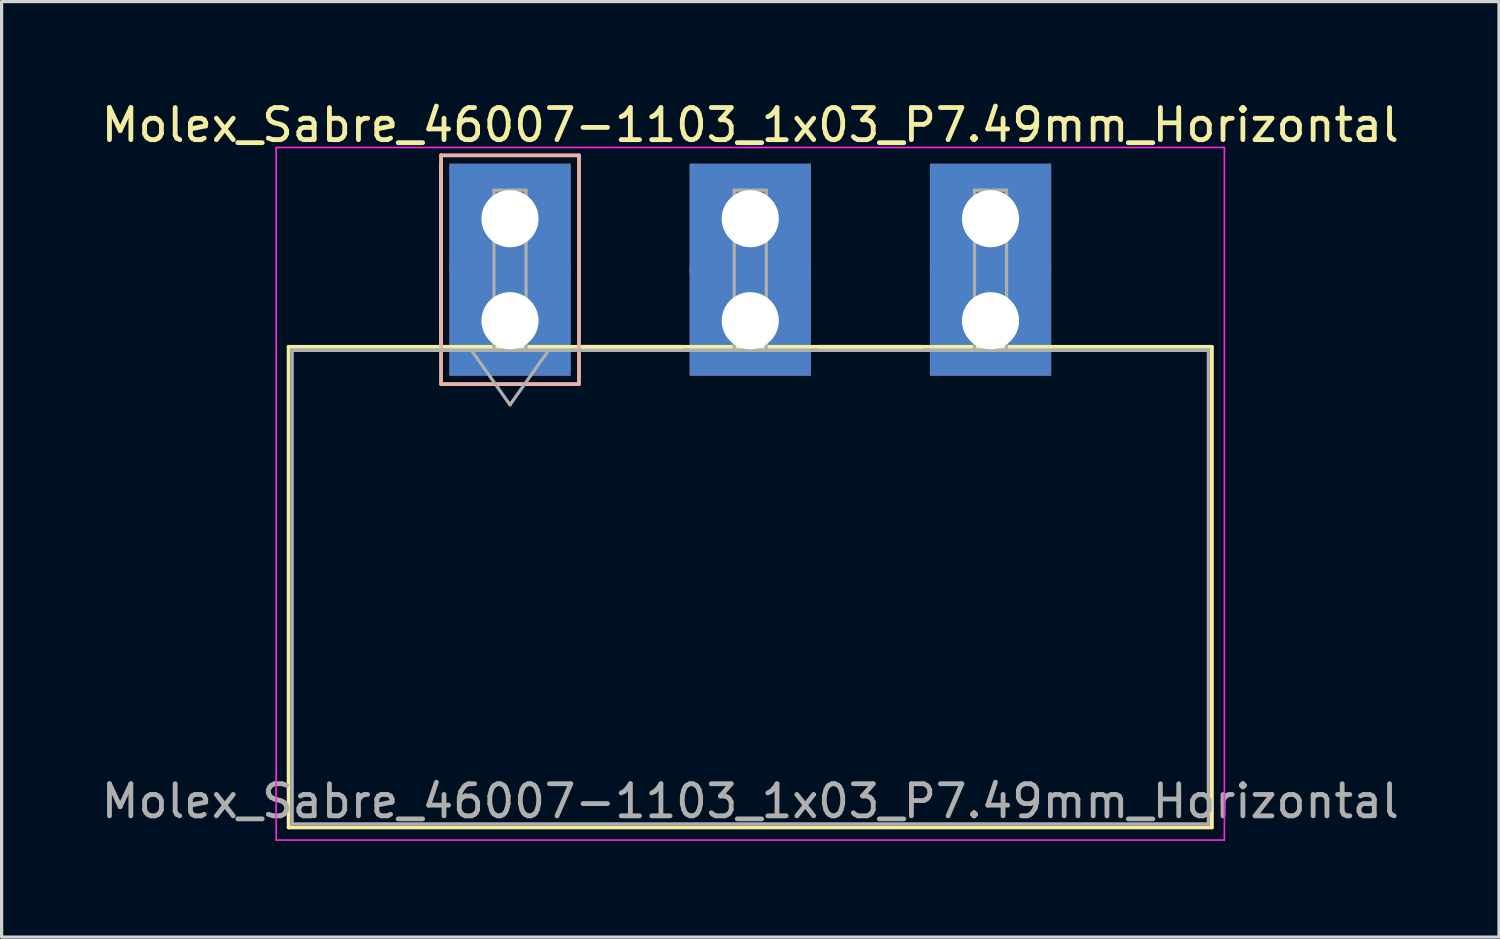
<source format=kicad_pcb>
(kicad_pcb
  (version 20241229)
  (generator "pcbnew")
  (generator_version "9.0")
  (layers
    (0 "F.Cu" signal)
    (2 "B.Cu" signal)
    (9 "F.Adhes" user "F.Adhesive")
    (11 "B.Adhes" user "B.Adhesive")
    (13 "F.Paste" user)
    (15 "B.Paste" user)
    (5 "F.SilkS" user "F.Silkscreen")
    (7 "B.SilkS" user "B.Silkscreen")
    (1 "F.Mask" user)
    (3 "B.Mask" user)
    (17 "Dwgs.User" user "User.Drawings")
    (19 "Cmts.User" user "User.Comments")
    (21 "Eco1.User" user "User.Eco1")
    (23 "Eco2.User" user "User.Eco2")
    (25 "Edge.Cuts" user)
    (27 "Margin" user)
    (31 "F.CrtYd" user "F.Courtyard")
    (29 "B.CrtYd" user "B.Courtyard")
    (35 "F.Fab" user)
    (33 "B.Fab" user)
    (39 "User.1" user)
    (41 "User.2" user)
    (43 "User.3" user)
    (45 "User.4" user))
  (footprint "Molex_Sabre_46007-1103_1x03_P7.49mm_Horizontal"
    (layer "F.Cu")
    (at 12.849 6.948)
    (property "Reference" "Molex_Sabre_46007-1103_1x03_P7.49mm_Horizontal" (at 7.49 -6.1 0) (layer "F.SilkS") (effects (font (size 1 1) (thickness 0.15))))
    (attr through_hole)
    (fp_line (start -6.9 0.815) (end -6.9 15.795) (stroke (width 0.12) (type solid)) (layer "F.SilkS"))
    (fp_line (start -6.9 15.795) (end 21.88 15.795) (stroke (width 0.12) (type solid)) (layer "F.SilkS"))
    (fp_line (start -2.15 0.815) (end -2.15 -4.895) (stroke (width 0.12) (type solid)) (layer "F.SilkS"))
    (fp_line (start 2.15 0.815) (end 5.34 0.815) (stroke (width 0.12) (type solid)) (layer "F.SilkS"))
    (fp_line (start 9.64 0.815) (end 12.83 0.815) (stroke (width 0.12) (type solid)) (layer "F.SilkS"))
    (fp_line (start 21.88 0.815) (end -6.9 0.815) (stroke (width 0.12) (type solid)) (layer "F.SilkS"))
    (fp_line (start 21.88 15.795) (end 21.88 0.815) (stroke (width 0.12) (type solid)) (layer "F.SilkS"))
    (fp_line (start -2.15 -5.155) (end -2.15 1.975) (stroke (width 0.12) (type solid)) (layer "B.SilkS"))
    (fp_line (start -2.15 1.975) (end 2.15 1.975) (stroke (width 0.12) (type solid)) (layer "B.SilkS"))
    (fp_line (start 2.15 -5.155) (end -2.15 -5.155) (stroke (width 0.12) (type solid)) (layer "B.SilkS"))
    (fp_line (start 2.15 1.975) (end 2.15 -5.155) (stroke (width 0.12) (type solid)) (layer "B.SilkS"))
    (fp_line (start -7.29 -5.4) (end -7.29 16.19) (stroke (width 0.05) (type solid)) (layer "F.CrtYd"))
    (fp_line (start -7.29 16.19) (end 22.27 16.19) (stroke (width 0.05) (type solid)) (layer "F.CrtYd"))
    (fp_line (start 22.27 -5.4) (end -7.29 -5.4) (stroke (width 0.05) (type solid)) (layer "F.CrtYd"))
    (fp_line (start 22.27 16.19) (end 22.27 -5.4) (stroke (width 0.05) (type solid)) (layer "F.CrtYd"))
    (fp_line (start -6.79 0.925) (end -6.79 15.685) (stroke (width 0.1) (type solid)) (layer "F.Fab"))
    (fp_line (start -6.79 15.685) (end 21.77 15.685) (stroke (width 0.1) (type solid)) (layer "F.Fab"))
    (fp_line (start -1.2 0.925) (end 0 2.622) (stroke (width 0.1) (type solid)) (layer "F.Fab"))
    (fp_line (start -0.5 -4.07) (end 0.5 -4.07) (stroke (width 0.1) (type solid)) (layer "F.Fab"))
    (fp_line (start -0.5 0.925) (end -0.5 -4.07) (stroke (width 0.1) (type solid)) (layer "F.Fab"))
    (fp_line (start 0 2.622) (end 1.2 0.925) (stroke (width 0.1) (type solid)) (layer "F.Fab"))
    (fp_line (start 0.5 -4.07) (end 0.5 0.925) (stroke (width 0.1) (type solid)) (layer "F.Fab"))
    (fp_line (start 0.5 0.925) (end -0.5 0.925) (stroke (width 0.1) (type solid)) (layer "F.Fab"))
    (fp_line (start 6.99 -4.07) (end 7.99 -4.07) (stroke (width 0.1) (type solid)) (layer "F.Fab"))
    (fp_line (start 6.99 0.925) (end 6.99 -4.07) (stroke (width 0.1) (type solid)) (layer "F.Fab"))
    (fp_line (start 7.99 -4.07) (end 7.99 0.925) (stroke (width 0.1) (type solid)) (layer "F.Fab"))
    (fp_line (start 7.99 0.925) (end 6.99 0.925) (stroke (width 0.1) (type solid)) (layer "F.Fab"))
    (fp_line (start 14.48 -4.07) (end 15.48 -4.07) (stroke (width 0.1) (type solid)) (layer "F.Fab"))
    (fp_line (start 14.48 0.925) (end 14.48 -4.07) (stroke (width 0.1) (type solid)) (layer "F.Fab"))
    (fp_line (start 15.48 -4.07) (end 15.48 0.925) (stroke (width 0.1) (type solid)) (layer "F.Fab"))
    (fp_line (start 15.48 0.925) (end 14.48 0.925) (stroke (width 0.1) (type solid)) (layer "F.Fab"))
    (fp_line (start 21.77 0.925) (end -6.79 0.925) (stroke (width 0.1) (type solid)) (layer "F.Fab"))
    (fp_line (start 21.77 15.685) (end 21.77 0.925) (stroke (width 0.1) (type solid)) (layer "F.Fab"))
    (fp_text user "${REFERENCE}" (at 7.49 14.98 0) (layer "F.Fab") (effects (font (size 1 1) (thickness 0.15))))
    (pad "1" thru_hole rect (at 0 -3.18) (size 3.78 3.43) (drill 1.78) (layers "*.Cu" "*.Mask"))
    (pad "1" thru_hole rect (at 0 0) (size 3.78 3.43) (drill 1.78) (layers "*.Cu" "*.Mask"))
    (pad "2" thru_hole rect (at 7.49 -3.18) (size 3.78 3.43) (drill 1.78) (layers "*.Cu" "*.Mask"))
    (pad "2" thru_hole rect (at 7.49 0) (size 3.78 3.43) (drill 1.78) (layers "*.Cu" "*.Mask"))
    (pad "3" thru_hole rect (at 14.98 -3.18) (size 3.78 3.43) (drill 1.78) (layers "*.Cu" "*.Mask"))
    (pad "3" thru_hole rect (at 14.98 0) (size 3.78 3.43) (drill 1.78) (layers "*.Cu" "*.Mask")))
  (gr_rect
    (start -3 -3)
    (end 43.679 26.163)
    (stroke (width 0.1) (type default))
    (fill no)
    (layer "Edge.Cuts")))
</source>
